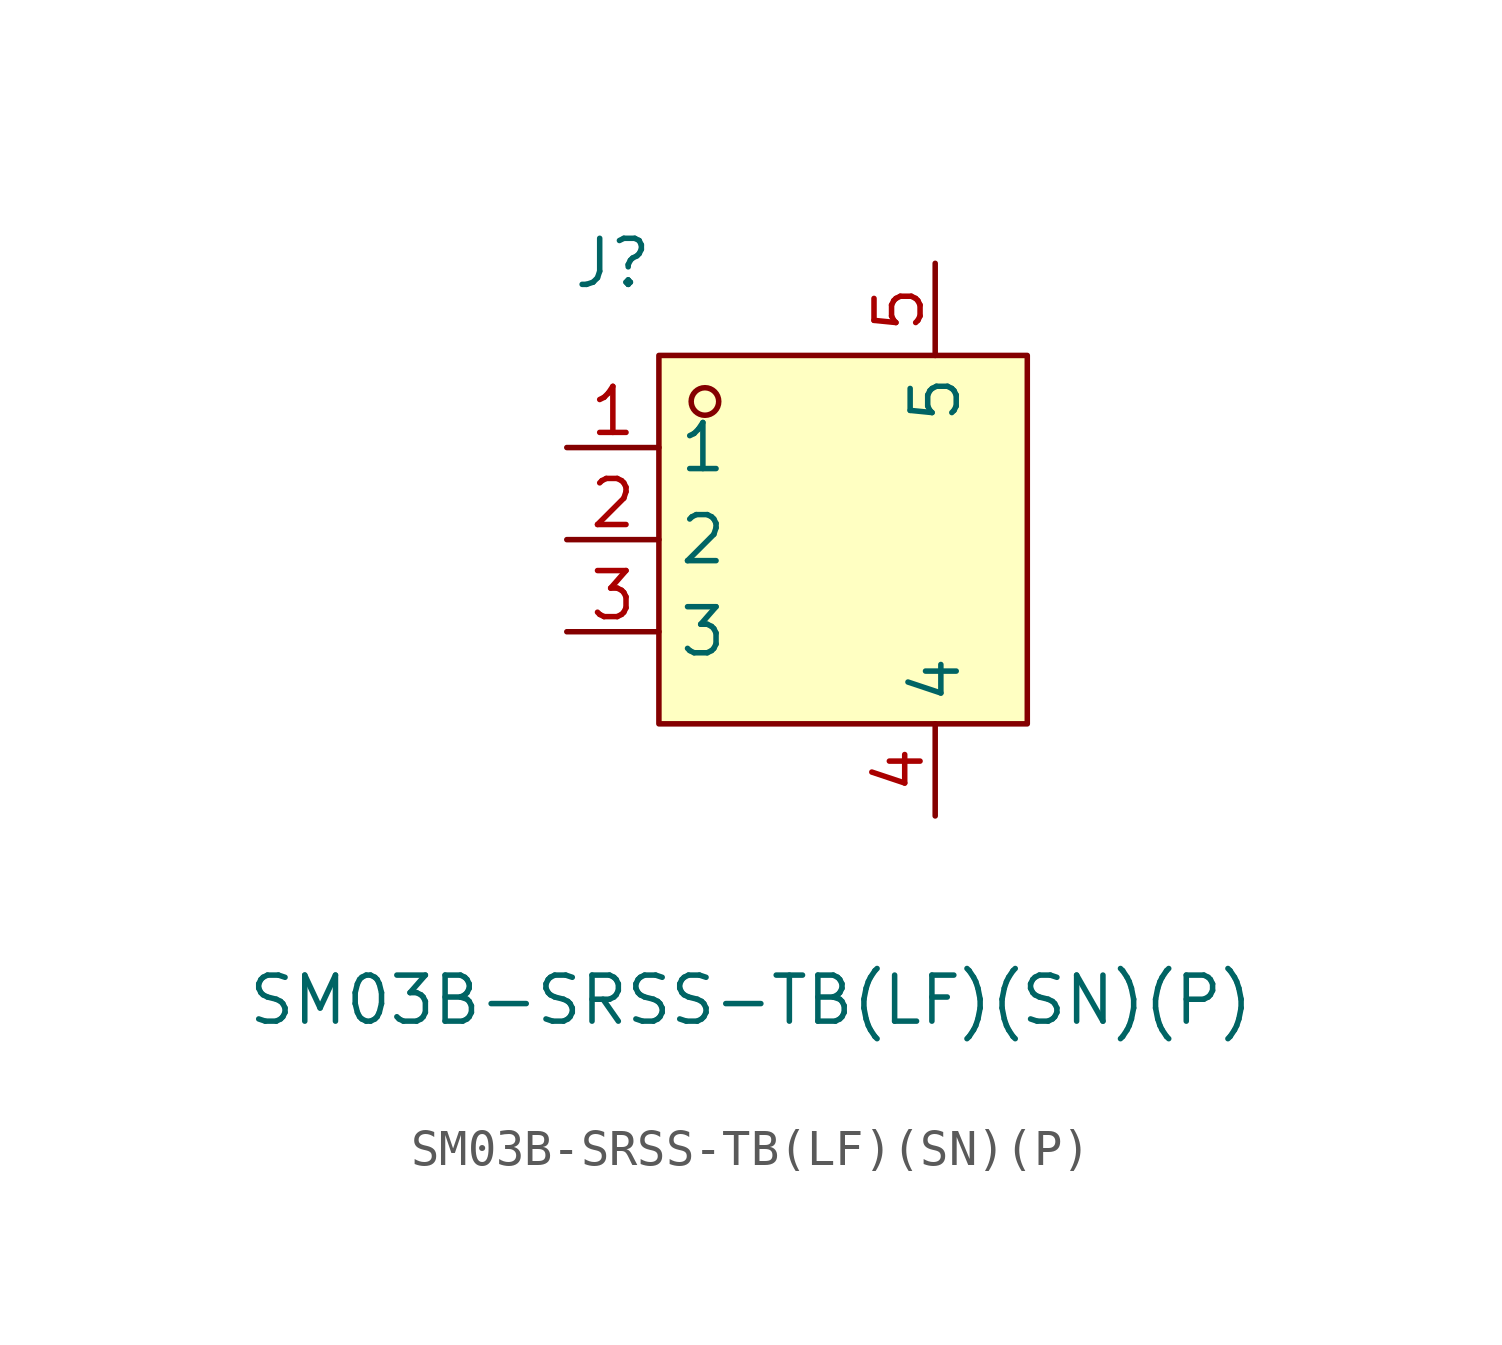
<source format=kicad_sym>
(kicad_symbol_lib
  (version 20220914)
  (generator kicad_symbol_editor)
  (symbol "SM03B-SRSS-TB(LF)(SN)(P)"
    (property "Reference" "J"
      (at -3.81 7.62 0)
      (effects (font (size 1.27 1.27))))
    (property "Value" "SM03B-SRSS-TB(LF)(SN)(P)"
      (at 0 -12.7 0)
      (effects (font (size 1.27 1.27))))
    (symbol "SM03B-SRSS-TB(LF)(SN)(P)_0_1"
      (rectangle (start -2.54 5.08) (end 7.62 -5.08) (stroke (width 0) (type default)) (fill (type background)))
      (circle (center -1.27 3.81) (radius 0.38) (stroke (width 0) (type default)) (fill (type none))))
    (symbol "SM03B-SRSS-TB(LF)(SN)(P)_1_1"
      (pin passive line (at -5.08 2.54 0) (length 2.54) (name "1" (effects (font (size 1.27 1.27)))) (number "1" (effects (font (size 1.27 1.27)))))
      (pin passive line (at -5.08 0 0) (length 2.54) (name "2" (effects (font (size 1.27 1.27)))) (number "2" (effects (font (size 1.27 1.27)))))
      (pin passive line (at -5.08 -2.54 0) (length 2.54) (name "3" (effects (font (size 1.27 1.27)))) (number "3" (effects (font (size 1.27 1.27)))))
      (pin passive line (at 5.08 -7.62 90) (length 2.54) (name "4" (effects (font (size 1.27 1.27)))) (number "4" (effects (font (size 1.27 1.27)))))
      (pin passive line (at 5.08 7.62 270) (length 2.54) (name "5" (effects (font (size 1.27 1.27)))) (number "5" (effects (font (size 1.27 1.27))))))))
</source>
